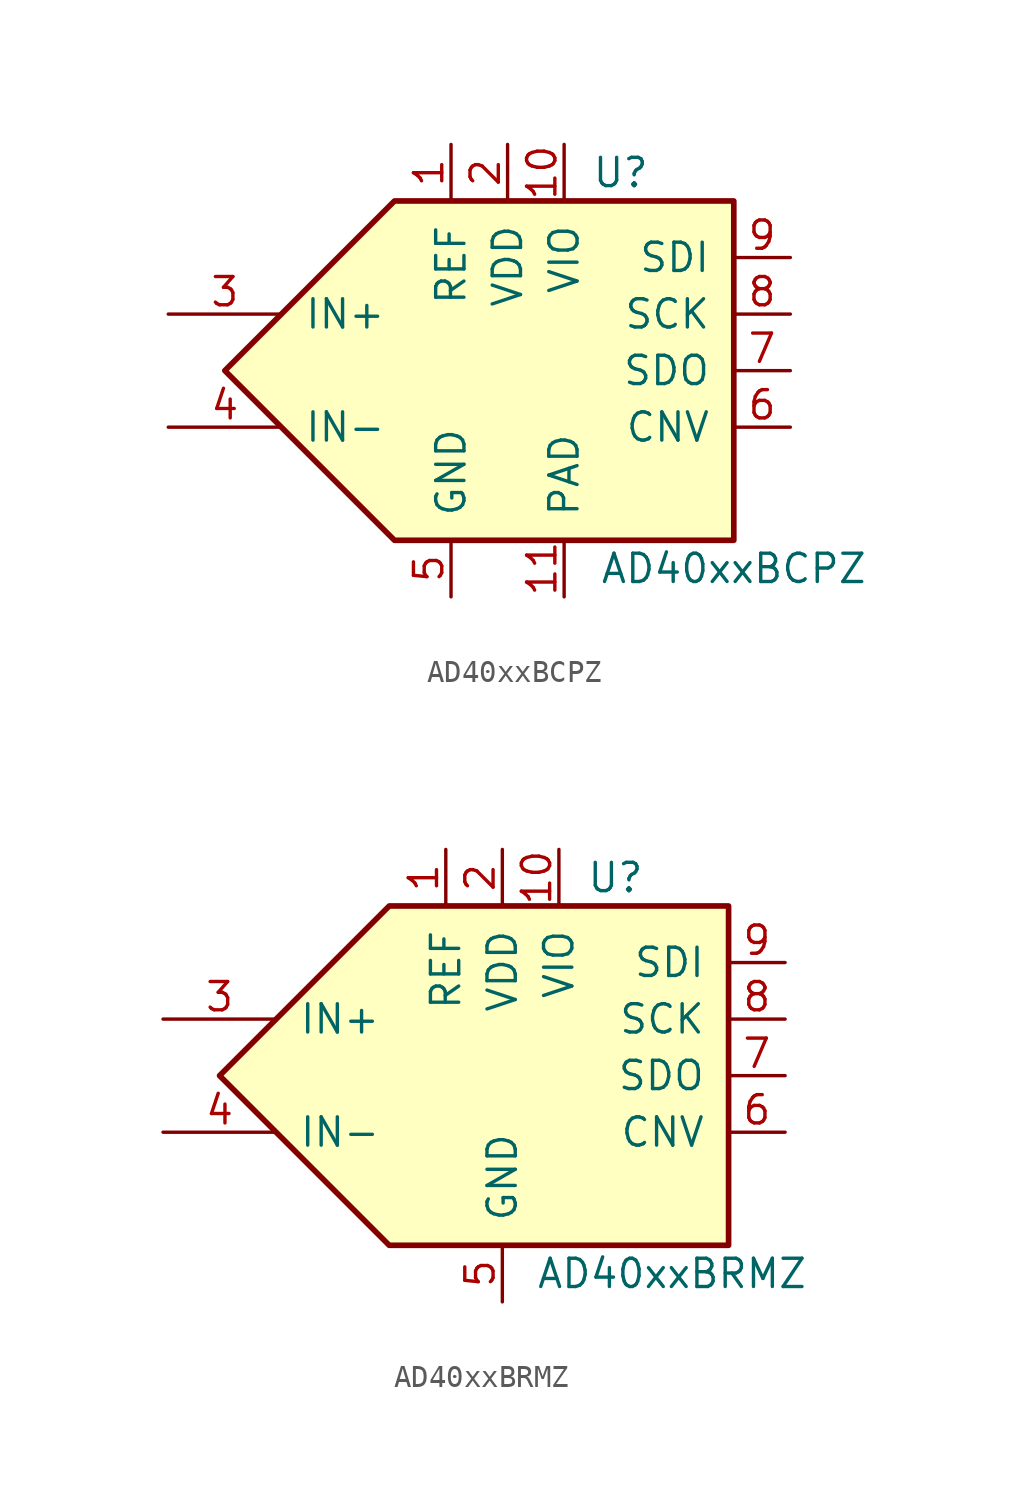
<source format=kicad_sym>
(kicad_symbol_lib
  (version 20241209)
  (generator "kicad_symbol_editor")
  (generator_version "9.0")
  (symbol "AD40xxBCPZ"
    (pin_names
      (offset 1.016))
    (property "Reference" "U"
      (at 5.08 8.89 0)
      (effects (font (size 1.27 1.27))))
    (property "Value" "AD40xxBCPZ"
      (at 10.16 -8.89 0)
      (effects (font (size 1.27 1.27))))
    (symbol "AD40xxBCPZ_1_1"
      (polyline (pts (xy -5.08 7.62) (xy -12.7 0) (xy -5.08 -7.62) (xy 10.16 -7.62) (xy 10.16 7.62) (xy -5.08 7.62)) (stroke (width 0.254) (type solid)) (fill (type background)))
      (pin input line (at -15.24 2.54 0) (length 5.08) (name "IN+" (effects (font (size 1.27 1.27)))) (number "3" (effects (font (size 1.27 1.27)))))
      (pin input line (at -15.24 -2.54 0) (length 5.08) (name "IN-" (effects (font (size 1.27 1.27)))) (number "4" (effects (font (size 1.27 1.27)))))
      (pin input line (at -2.54 10.16 270) (length 2.54) (name "REF" (effects (font (size 1.27 1.27)))) (number "1" (effects (font (size 1.27 1.27)))))
      (pin power_in line (at -2.54 -10.16 90) (length 2.54) (name "GND" (effects (font (size 1.27 1.27)))) (number "5" (effects (font (size 1.27 1.27)))))
      (pin power_in line (at 0 10.16 270) (length 2.54) (name "VDD" (effects (font (size 1.27 1.27)))) (number "2" (effects (font (size 1.27 1.27)))))
      (pin power_in line (at 2.54 10.16 270) (length 2.54) (name "VIO" (effects (font (size 1.27 1.27)))) (number "10" (effects (font (size 1.27 1.27)))))
      (pin power_in line (at 2.54 -10.16 90) (length 2.54) (name "PAD" (effects (font (size 1.27 1.27)))) (number "11" (effects (font (size 1.27 1.27)))))
      (pin input line (at 12.7 5.08 180) (length 2.54) (name "SDI" (effects (font (size 1.27 1.27)))) (number "9" (effects (font (size 1.27 1.27)))))
      (pin input line (at 12.7 2.54 180) (length 2.54) (name "SCK" (effects (font (size 1.27 1.27)))) (number "8" (effects (font (size 1.27 1.27)))))
      (pin output line (at 12.7 0 180) (length 2.54) (name "SDO" (effects (font (size 1.27 1.27)))) (number "7" (effects (font (size 1.27 1.27)))))
      (pin input line (at 12.7 -2.54 180) (length 2.54) (name "CNV" (effects (font (size 1.27 1.27)))) (number "6" (effects (font (size 1.27 1.27)))))))
  (symbol "AD40xxBRMZ"
    (pin_names
      (offset 1.016))
    (property "Reference" "U"
      (at 5.08 8.89 0)
      (effects (font (size 1.27 1.27))))
    (property "Value" "AD40xxBRMZ"
      (at 7.62 -8.89 0)
      (effects (font (size 1.27 1.27))))
    (symbol "AD40xxBRMZ_1_1"
      (polyline (pts (xy -5.08 7.62) (xy -12.7 0) (xy -5.08 -7.62) (xy 10.16 -7.62) (xy 10.16 7.62) (xy -5.08 7.62)) (stroke (width 0.254) (type solid)) (fill (type background)))
      (pin input line (at -15.24 2.54 0) (length 5.08) (name "IN+" (effects (font (size 1.27 1.27)))) (number "3" (effects (font (size 1.27 1.27)))))
      (pin input line (at -15.24 -2.54 0) (length 5.08) (name "IN-" (effects (font (size 1.27 1.27)))) (number "4" (effects (font (size 1.27 1.27)))))
      (pin input line (at -2.54 10.16 270) (length 2.54) (name "REF" (effects (font (size 1.27 1.27)))) (number "1" (effects (font (size 1.27 1.27)))))
      (pin power_in line (at 0 10.16 270) (length 2.54) (name "VDD" (effects (font (size 1.27 1.27)))) (number "2" (effects (font (size 1.27 1.27)))))
      (pin power_in line (at 0 -10.16 90) (length 2.54) (name "GND" (effects (font (size 1.27 1.27)))) (number "5" (effects (font (size 1.27 1.27)))))
      (pin power_in line (at 2.54 10.16 270) (length 2.54) (name "VIO" (effects (font (size 1.27 1.27)))) (number "10" (effects (font (size 1.27 1.27)))))
      (pin input line (at 12.7 5.08 180) (length 2.54) (name "SDI" (effects (font (size 1.27 1.27)))) (number "9" (effects (font (size 1.27 1.27)))))
      (pin input line (at 12.7 2.54 180) (length 2.54) (name "SCK" (effects (font (size 1.27 1.27)))) (number "8" (effects (font (size 1.27 1.27)))))
      (pin output line (at 12.7 0 180) (length 2.54) (name "SDO" (effects (font (size 1.27 1.27)))) (number "7" (effects (font (size 1.27 1.27)))))
      (pin input line (at 12.7 -2.54 180) (length 2.54) (name "CNV" (effects (font (size 1.27 1.27)))) (number "6" (effects (font (size 1.27 1.27))))))))
</source>
